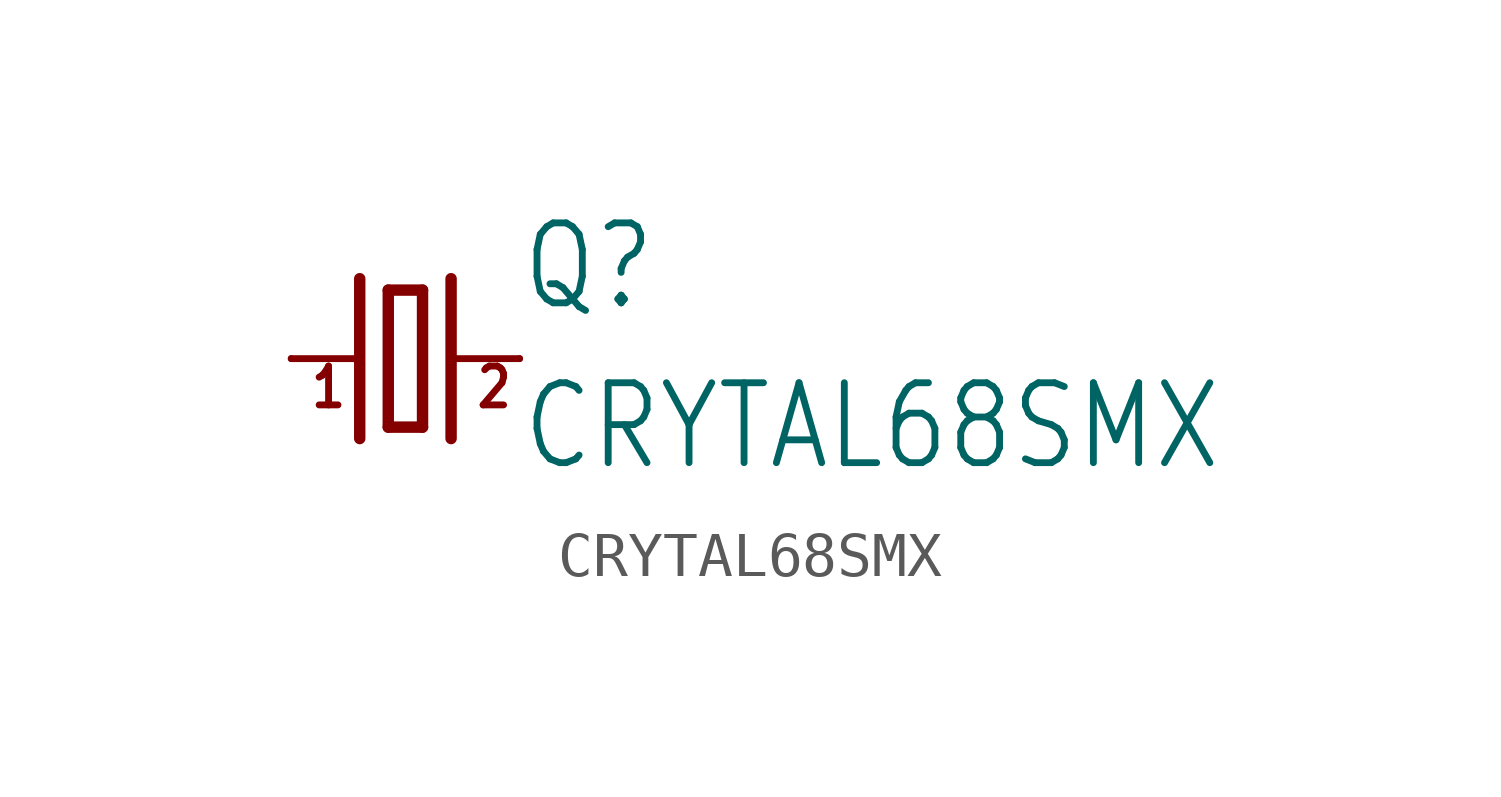
<source format=kicad_sym>
(kicad_symbol_lib
  (version 20211014)
  (generator kicad_symbol_editor)
  (symbol "CRYTAL68SMX"
    (property "Reference" "Q"
      (at 2.54 1.016 0)
      (effects (font (size 1.778 1.511)) (justify left bottom)))
    (property "Value" "CRYTAL68SMX"
      (at 2.54 -2.54 0)
      (effects (font (size 1.778 1.511)) (justify left bottom)))
    (property "ki_locked" ""
      (at 0 0 0)
      (effects (font (size 1.27 1.27))))
    (symbol "CRYTAL68SMX_1_0"
      (polyline (pts (xy -2.54 0) (xy -1.016 0)) (stroke (width 0.152) (type default) (color 0 0 0 0)) (fill (type none)))
      (polyline (pts (xy -1.016 1.778) (xy -1.016 -1.778)) (stroke (width 0.254) (type default) (color 0 0 0 0)) (fill (type none)))
      (polyline (pts (xy -0.381 -1.524) (xy 0.381 -1.524)) (stroke (width 0.254) (type default) (color 0 0 0 0)) (fill (type none)))
      (polyline (pts (xy -0.381 1.524) (xy -0.381 -1.524)) (stroke (width 0.254) (type default) (color 0 0 0 0)) (fill (type none)))
      (polyline (pts (xy 0.381 -1.524) (xy 0.381 1.524)) (stroke (width 0.254) (type default) (color 0 0 0 0)) (fill (type none)))
      (polyline (pts (xy 0.381 1.524) (xy -0.381 1.524)) (stroke (width 0.254) (type default) (color 0 0 0 0)) (fill (type none)))
      (polyline (pts (xy 1.016 0) (xy 2.54 0)) (stroke (width 0.152) (type default) (color 0 0 0 0)) (fill (type none)))
      (polyline (pts (xy 1.016 1.778) (xy 1.016 -1.778)) (stroke (width 0.254) (type default) (color 0 0 0 0)) (fill (type none)))
      (text "1" (at -2.159 -1.143 0) (effects (font (size 0.864 0.734)) (justify left bottom)))
      (text "2" (at 1.524 -1.143 0) (effects (font (size 0.864 0.734)) (justify left bottom)))
      (pin passive line (at -2.54 0 0) (length 0) (name "1" (effects (font (size 0 0)))) (number "1" (effects (font (size 0 0)))))
      (pin passive line (at 2.54 0 180) (length 0) (name "2" (effects (font (size 0 0)))) (number "4" (effects (font (size 0 0))))))))
</source>
